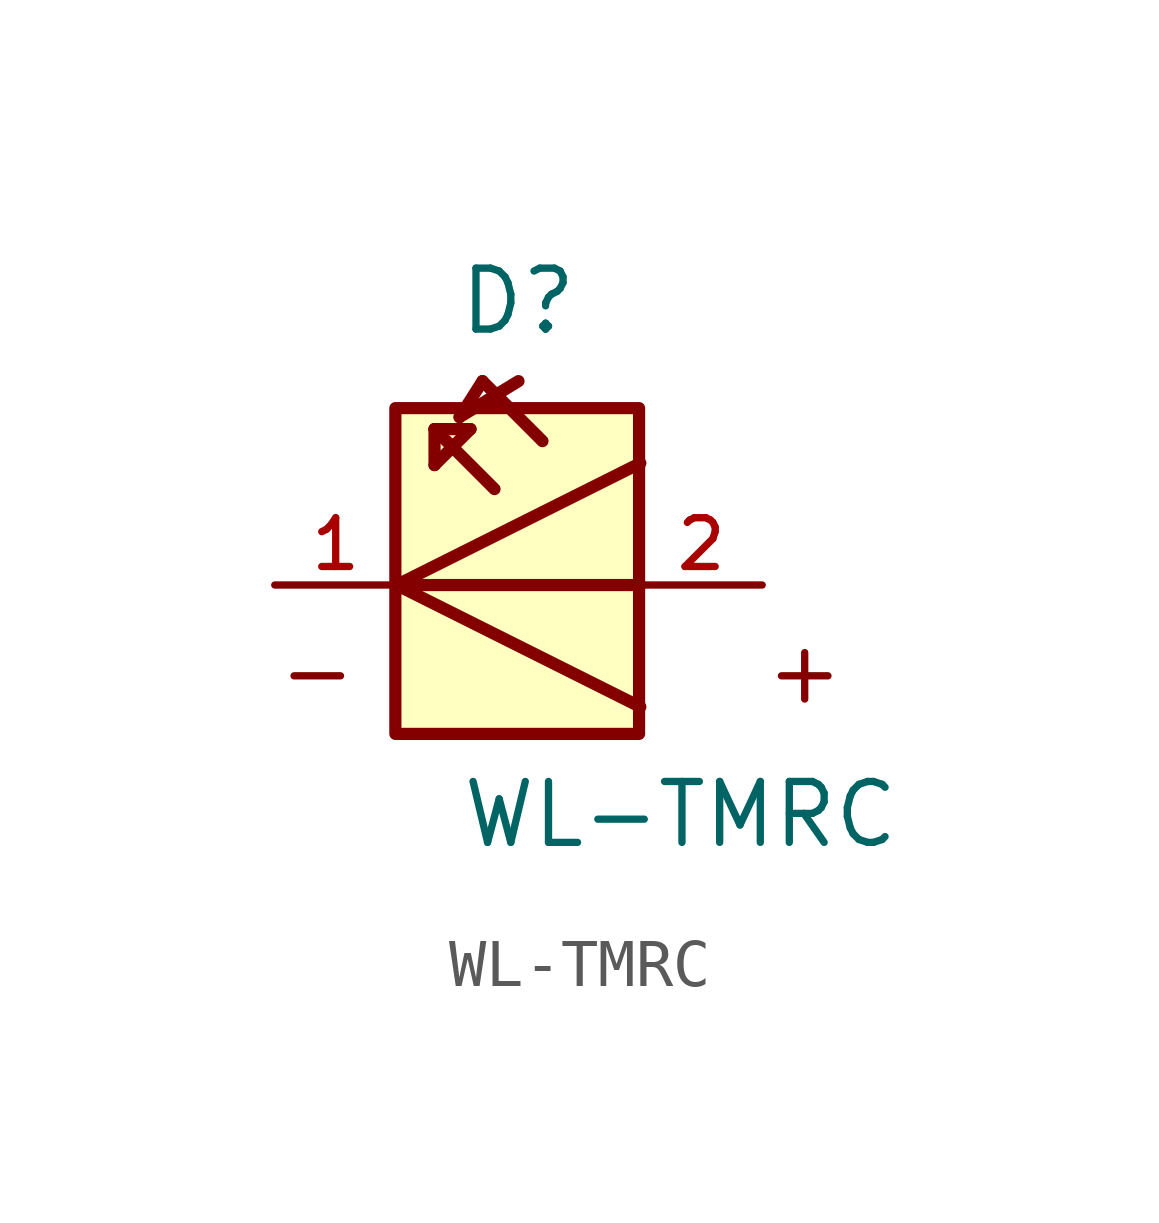
<source format=kicad_sym>
(kicad_symbol_lib
  (version 20211014)
  (generator kicad_symbol_editor)
  (symbol "WL-TMRC"
    (pin_names
      (offset 1.016))
    (property "Reference" "D"
      (at -1.288 5.172 0)
      (effects (font (size 1.27 1.27)) (justify bottom left)))
    (property "Value" "WL-TMRC"
      (at -1.228 -5.528 0)
      (effects (font (size 1.27 1.27)) (justify bottom left)))
    (symbol "WL-TMRC_0_0"
      (polyline (pts (xy -2.54 0.0) (xy 2.54 2.54)) (stroke (width 0.254)))
      (polyline (pts (xy 2.54 -2.54) (xy -2.54 0.0)) (stroke (width 0.254)))
      (polyline (pts (xy -2.54 0.0) (xy 2.54 0.0)) (stroke (width 0.254)))
      (polyline (pts (xy -1.75 3.25) (xy -1.75 2.5)) (stroke (width 0.254)))
      (polyline (pts (xy -1.75 2.5) (xy -1.0 3.25)) (stroke (width 0.254)))
      (polyline (pts (xy -1.0 3.25) (xy -1.75 3.25)) (stroke (width 0.254)))
      (polyline (pts (xy -0.75 4.25) (xy -1.228 3.5)) (stroke (width 0.254)))
      (polyline (pts (xy -1.228 3.5) (xy 0.0 4.25)) (stroke (width 0.254)))
      (polyline (pts (xy -0.5 2.0) (xy -1.75 3.25)) (stroke (width 0.254)))
      (polyline (pts (xy -0.75 4.25) (xy 0.5 3.0)) (stroke (width 0.254)))
      (text "-" (at -5.08 -2.54 0) (effects (font (size 1.27 1.27)) (justify bottom left)))
      (text "+" (at 5.08 -2.54 0) (effects (font (size 1.27 1.27)) (justify bottom left)))
      (rectangle (start -2.566 -3.103) (end 2.514 3.687) (stroke (width 0.254)) (fill (type background)))
      (pin bidirectional line (at -5.08 0.0 0) (length 2.54) (name "~" (effects (font (size 1.016 1.016)))) (number "1" (effects (font (size 1.016 1.016)))))
      (pin bidirectional line (at 5.08 0.0 180.0) (length 2.54) (name "~" (effects (font (size 1.016 1.016)))) (number "2" (effects (font (size 1.016 1.016))))))))
</source>
